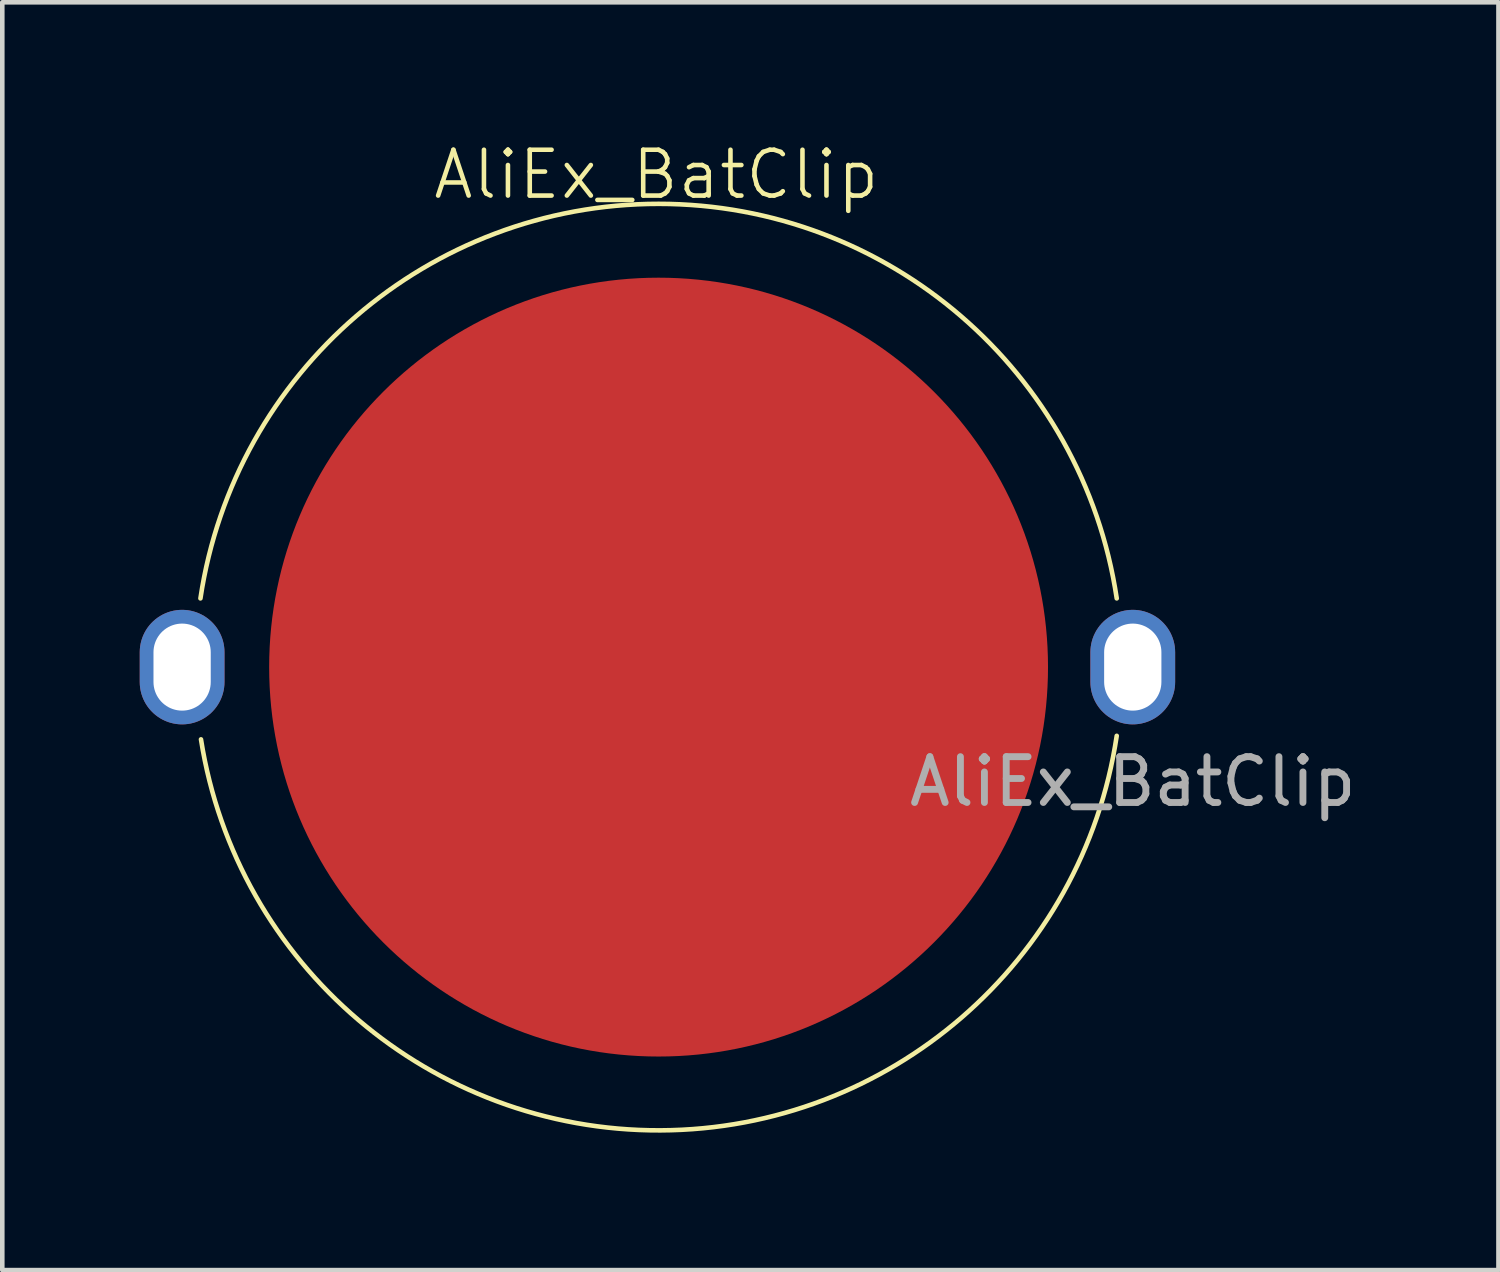
<source format=kicad_pcb>
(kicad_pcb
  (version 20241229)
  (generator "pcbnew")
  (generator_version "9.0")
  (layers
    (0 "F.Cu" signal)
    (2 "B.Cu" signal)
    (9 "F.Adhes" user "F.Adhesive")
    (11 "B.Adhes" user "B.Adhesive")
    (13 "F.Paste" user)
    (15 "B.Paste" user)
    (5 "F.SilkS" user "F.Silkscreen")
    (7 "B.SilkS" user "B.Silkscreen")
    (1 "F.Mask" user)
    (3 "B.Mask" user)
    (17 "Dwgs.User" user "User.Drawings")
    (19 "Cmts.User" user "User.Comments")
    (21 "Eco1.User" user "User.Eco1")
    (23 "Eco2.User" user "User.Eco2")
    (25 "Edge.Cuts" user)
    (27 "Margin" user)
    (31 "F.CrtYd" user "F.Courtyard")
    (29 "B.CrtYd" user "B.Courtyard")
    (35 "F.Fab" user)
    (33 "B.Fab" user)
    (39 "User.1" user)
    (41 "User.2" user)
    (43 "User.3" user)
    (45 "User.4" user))
  (footprint "AliEx_BatClip"
    (layer "F.Cu")
    (at 11.325 11.511)
    (property "Reference" "AliEx_BatClip" (at -0.05 -10.75 0) (unlocked yes) (layer "F.SilkS") (effects (font (size 1 1) (thickness 0.1))))
    (attr through_hole)
    (fp_arc (start -10 -1.5) (mid 0 -10.111874) (end 10 -1.5) (stroke (width 0.1) (type default)) (layer "F.SilkS"))
    (fp_arc (start 10 1.5) (mid 0.038991 10.111799) (end -9.988135 1.577074) (stroke (width 0.1) (type default)) (layer "F.SilkS"))
    (fp_text user "${REFERENCE}" (at 10.35 2.5 0) (unlocked yes) (layer "F.Fab") (effects (font (size 1 1) (thickness 0.15))))
    (pad "1" thru_hole oval (at -10.4 0) (size 1.85 2.5) (drill oval 1.25 1.9) (layers "*.Cu" "*.Mask"))
    (pad "1" thru_hole oval (at 10.35 0) (size 1.85 2.5) (drill oval 1.25 1.9) (layers "*.Cu" "*.Mask"))
    (pad "2" smd circle (at 0 0) (size 17 17) (layers "F.Cu" "F.Mask")))
  (gr_rect
    (start -3 -3)
    (end 29.657 24.672)
    (stroke (width 0.1) (type default))
    (fill no)
    (layer "Edge.Cuts")))
</source>
